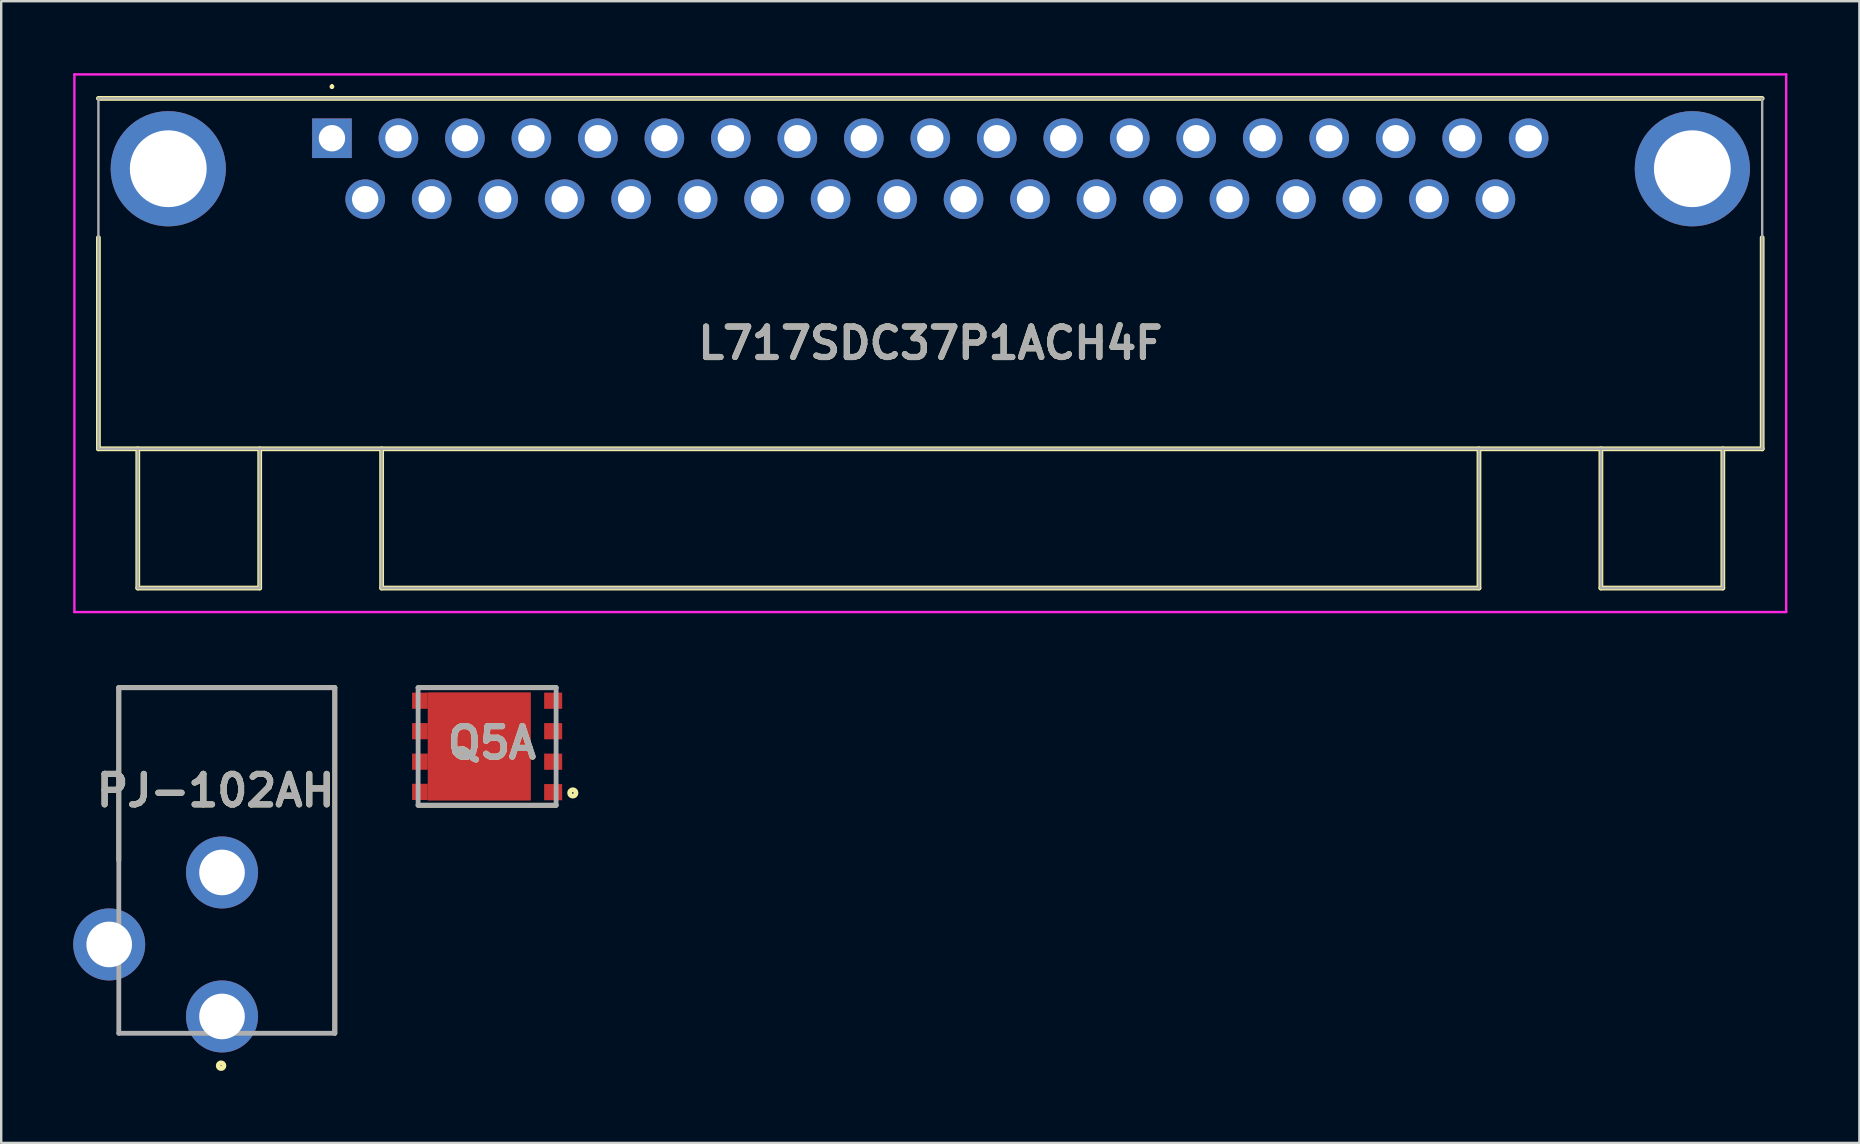
<source format=kicad_pcb>
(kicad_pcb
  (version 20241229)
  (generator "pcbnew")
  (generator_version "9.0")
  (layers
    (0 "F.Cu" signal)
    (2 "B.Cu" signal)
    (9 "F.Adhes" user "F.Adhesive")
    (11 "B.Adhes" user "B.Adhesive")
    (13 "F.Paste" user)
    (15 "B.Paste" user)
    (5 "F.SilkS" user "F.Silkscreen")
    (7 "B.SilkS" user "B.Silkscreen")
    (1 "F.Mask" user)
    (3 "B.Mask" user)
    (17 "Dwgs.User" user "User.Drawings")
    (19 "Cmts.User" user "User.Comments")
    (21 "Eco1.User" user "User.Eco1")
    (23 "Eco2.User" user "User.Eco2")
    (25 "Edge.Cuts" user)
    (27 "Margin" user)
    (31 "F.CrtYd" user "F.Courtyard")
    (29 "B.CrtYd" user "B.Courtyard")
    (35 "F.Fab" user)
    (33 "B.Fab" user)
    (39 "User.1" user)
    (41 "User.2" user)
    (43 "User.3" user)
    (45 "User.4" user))
  (footprint "Q5A"
    (layer "F.Cu")
    (at 17.245 28.05)
    (property "Reference" "Q5A" (at 0.201 -0.15 0) (layer "F.SilkS") (effects (font (size 1.27 1.27) (thickness 0.254))))
    (attr smd)
    (fp_line (start -2.875 -2.45) (end 2.875 -2.45) (stroke (width 0.2) (type solid)) (layer "F.SilkS"))
    (fp_line (start 2.875 2.45) (end -2.875 2.45) (stroke (width 0.2) (type solid)) (layer "F.SilkS"))
    (fp_circle (center 3.571 1.937) (end 3.571 1.97) (stroke (width 0.2) (type solid)) (fill no) (layer "F.SilkS"))
    (fp_line (start -2.875 -2.45) (end 2.875 -2.45) (stroke (width 0.2) (type solid)) (layer "F.Fab"))
    (fp_line (start -2.875 2.45) (end -2.875 -2.45) (stroke (width 0.2) (type solid)) (layer "F.Fab"))
    (fp_line (start 2.875 -2.45) (end 2.875 2.45) (stroke (width 0.2) (type solid)) (layer "F.Fab"))
    (fp_line (start 2.875 2.45) (end -2.875 2.45) (stroke (width 0.2) (type solid)) (layer "F.Fab"))
    (fp_text user "${REFERENCE}" (at 0.201 -0.15 0) (layer "F.Fab") (effects (font (size 1.27 1.27) (thickness 0.254))))
    (pad "1" smd rect (at 2.752 1.905 90) (size 0.675 0.75) (layers "F.Cu" "F.Mask" "F.Paste"))
    (pad "2" smd rect (at 2.752 0.635 90) (size 0.675 0.75) (layers "F.Cu" "F.Mask" "F.Paste"))
    (pad "3" smd rect (at 2.752 -0.635 90) (size 0.675 0.75) (layers "F.Cu" "F.Mask" "F.Paste"))
    (pad "4" smd rect (at 2.752 -1.905 90) (size 0.675 0.75) (layers "F.Cu" "F.Mask" "F.Paste"))
    (pad "5" smd rect (at -2.8 -1.905) (size 0.655 0.675) (layers "F.Cu" "F.Mask" "F.Paste"))
    (pad "6" smd rect (at -2.8 -0.635) (size 0.655 0.675) (layers "F.Cu" "F.Mask" "F.Paste"))
    (pad "7" smd rect (at -2.8 0.635) (size 0.655 0.675) (layers "F.Cu" "F.Mask" "F.Paste"))
    (pad "8" smd rect (at -2.8 1.893) (size 0.655 0.675) (layers "F.Cu" "F.Mask" "F.Paste"))
    (pad "9" smd rect (at -0.325 0) (size 4.295 4.51) (layers "F.Cu" "F.Mask" "F.Paste")))
  (footprint "L717SDC37P1ACH4F"
    (layer "F.Cu")
    (at 10.78 2.71)
    (property "Reference" "L717SDC37P1ACH4F" (at 24.93 8.54 0) (layer "F.SilkS") (effects (font (size 1.27 1.27) (thickness 0.254))))
    (attr through_hole)
    (fp_line (start -9.73 -1.66) (end 59.59 -1.66) (stroke (width 0.2) (type solid)) (layer "F.SilkS"))
    (fp_line (start -9.73 12.94) (end -9.73 4.14) (stroke (width 0.2) (type solid)) (layer "F.SilkS"))
    (fp_line (start -8.09 12.94) (end -8.09 18.74) (stroke (width 0.2) (type solid)) (layer "F.SilkS"))
    (fp_line (start -8.09 18.74) (end -3.01 18.74) (stroke (width 0.2) (type solid)) (layer "F.SilkS"))
    (fp_line (start -3.01 18.74) (end -3.01 12.94) (stroke (width 0.2) (type solid)) (layer "F.SilkS"))
    (fp_line (start 0 -2.2) (end 0 -2.2) (stroke (width 0.1) (type solid)) (layer "F.SilkS"))
    (fp_line (start 0 -2.1) (end 0 -2.1) (stroke (width 0.1) (type solid)) (layer "F.SilkS"))
    (fp_line (start 2.07 12.94) (end 2.07 18.74) (stroke (width 0.2) (type solid)) (layer "F.SilkS"))
    (fp_line (start 2.07 18.74) (end 47.79 18.74) (stroke (width 0.2) (type solid)) (layer "F.SilkS"))
    (fp_line (start 47.79 18.74) (end 47.79 12.94) (stroke (width 0.2) (type solid)) (layer "F.SilkS"))
    (fp_line (start 52.87 12.94) (end 52.87 18.74) (stroke (width 0.2) (type solid)) (layer "F.SilkS"))
    (fp_line (start 52.87 18.74) (end 57.95 18.74) (stroke (width 0.2) (type solid)) (layer "F.SilkS"))
    (fp_line (start 57.95 18.74) (end 57.95 12.94) (stroke (width 0.2) (type solid)) (layer "F.SilkS"))
    (fp_line (start 59.59 4.14) (end 59.59 12.94) (stroke (width 0.2) (type solid)) (layer "F.SilkS"))
    (fp_line (start 59.59 12.94) (end -9.73 12.94) (stroke (width 0.2) (type solid)) (layer "F.SilkS"))
    (fp_arc (start 0 -2.2) (mid 0.05 -2.15) (end 0 -2.1) (stroke (width 0.1) (type solid)) (layer "F.SilkS"))
    (fp_arc (start 0 -2.1) (mid -0.05 -2.15) (end 0 -2.2) (stroke (width 0.1) (type solid)) (layer "F.SilkS"))
    (fp_line (start -10.73 -2.66) (end 60.59 -2.66) (stroke (width 0.1) (type solid)) (layer "F.CrtYd"))
    (fp_line (start -10.73 19.74) (end -10.73 -2.66) (stroke (width 0.1) (type solid)) (layer "F.CrtYd"))
    (fp_line (start 60.59 -2.66) (end 60.59 19.74) (stroke (width 0.1) (type solid)) (layer "F.CrtYd"))
    (fp_line (start 60.59 19.74) (end -10.73 19.74) (stroke (width 0.1) (type solid)) (layer "F.CrtYd"))
    (fp_line (start -9.73 -1.66) (end 59.59 -1.66) (stroke (width 0.1) (type solid)) (layer "F.Fab"))
    (fp_line (start -9.73 12.94) (end -9.73 -1.66) (stroke (width 0.1) (type solid)) (layer "F.Fab"))
    (fp_line (start -8.09 12.94) (end -8.09 18.74) (stroke (width 0.1) (type solid)) (layer "F.Fab"))
    (fp_line (start -8.09 18.74) (end -3.01 18.74) (stroke (width 0.1) (type solid)) (layer "F.Fab"))
    (fp_line (start -3.01 18.74) (end -3.01 12.94) (stroke (width 0.1) (type solid)) (layer "F.Fab"))
    (fp_line (start 2.07 12.94) (end 2.07 18.74) (stroke (width 0.1) (type solid)) (layer "F.Fab"))
    (fp_line (start 2.07 18.74) (end 47.79 18.74) (stroke (width 0.1) (type solid)) (layer "F.Fab"))
    (fp_line (start 47.79 18.74) (end 47.79 12.94) (stroke (width 0.1) (type solid)) (layer "F.Fab"))
    (fp_line (start 52.87 18.74) (end 52.87 12.94) (stroke (width 0.1) (type solid)) (layer "F.Fab"))
    (fp_line (start 57.95 12.94) (end 57.95 18.74) (stroke (width 0.1) (type solid)) (layer "F.Fab"))
    (fp_line (start 57.95 18.74) (end 52.87 18.74) (stroke (width 0.1) (type solid)) (layer "F.Fab"))
    (fp_line (start 59.59 -1.66) (end 59.59 12.94) (stroke (width 0.1) (type solid)) (layer "F.Fab"))
    (fp_line (start 59.59 12.94) (end -9.73 12.94) (stroke (width 0.1) (type solid)) (layer "F.Fab"))
    (fp_text user "${REFERENCE}" (at 24.93 8.54 0) (layer "F.Fab") (effects (font (size 1.27 1.27) (thickness 0.254))))
    (pad "1" thru_hole rect (at 0 0) (size 1.65 1.65) (drill 1.1) (layers "*.Cu" "*.Mask"))
    (pad "2" thru_hole circle (at 2.77 0) (size 1.65 1.65) (drill 1.1) (layers "*.Cu" "*.Mask"))
    (pad "3" thru_hole circle (at 5.54 0) (size 1.65 1.65) (drill 1.1) (layers "*.Cu" "*.Mask"))
    (pad "4" thru_hole circle (at 8.31 0) (size 1.65 1.65) (drill 1.1) (layers "*.Cu" "*.Mask"))
    (pad "5" thru_hole circle (at 11.08 0) (size 1.65 1.65) (drill 1.1) (layers "*.Cu" "*.Mask"))
    (pad "6" thru_hole circle (at 13.85 0) (size 1.65 1.65) (drill 1.1) (layers "*.Cu" "*.Mask"))
    (pad "7" thru_hole circle (at 16.62 0) (size 1.65 1.65) (drill 1.1) (layers "*.Cu" "*.Mask"))
    (pad "8" thru_hole circle (at 19.39 0) (size 1.65 1.65) (drill 1.1) (layers "*.Cu" "*.Mask"))
    (pad "9" thru_hole circle (at 22.16 0) (size 1.65 1.65) (drill 1.1) (layers "*.Cu" "*.Mask"))
    (pad "10" thru_hole circle (at 24.93 0) (size 1.65 1.65) (drill 1.1) (layers "*.Cu" "*.Mask"))
    (pad "11" thru_hole circle (at 27.7 0) (size 1.65 1.65) (drill 1.1) (layers "*.Cu" "*.Mask"))
    (pad "12" thru_hole circle (at 30.47 0) (size 1.65 1.65) (drill 1.1) (layers "*.Cu" "*.Mask"))
    (pad "13" thru_hole circle (at 33.24 0) (size 1.65 1.65) (drill 1.1) (layers "*.Cu" "*.Mask"))
    (pad "14" thru_hole circle (at 36.01 0) (size 1.65 1.65) (drill 1.1) (layers "*.Cu" "*.Mask"))
    (pad "15" thru_hole circle (at 38.78 0) (size 1.65 1.65) (drill 1.1) (layers "*.Cu" "*.Mask"))
    (pad "16" thru_hole circle (at 41.55 0) (size 1.65 1.65) (drill 1.1) (layers "*.Cu" "*.Mask"))
    (pad "17" thru_hole circle (at 44.32 0) (size 1.65 1.65) (drill 1.1) (layers "*.Cu" "*.Mask"))
    (pad "18" thru_hole circle (at 47.09 0) (size 1.65 1.65) (drill 1.1) (layers "*.Cu" "*.Mask"))
    (pad "19" thru_hole circle (at 49.86 0) (size 1.65 1.65) (drill 1.1) (layers "*.Cu" "*.Mask"))
    (pad "20" thru_hole circle (at 1.385 2.54) (size 1.65 1.65) (drill 1.1) (layers "*.Cu" "*.Mask"))
    (pad "21" thru_hole circle (at 4.155 2.54) (size 1.65 1.65) (drill 1.1) (layers "*.Cu" "*.Mask"))
    (pad "22" thru_hole circle (at 6.925 2.54) (size 1.65 1.65) (drill 1.1) (layers "*.Cu" "*.Mask"))
    (pad "23" thru_hole circle (at 9.695 2.54) (size 1.65 1.65) (drill 1.1) (layers "*.Cu" "*.Mask"))
    (pad "24" thru_hole circle (at 12.465 2.54) (size 1.65 1.65) (drill 1.1) (layers "*.Cu" "*.Mask"))
    (pad "25" thru_hole circle (at 15.235 2.54) (size 1.65 1.65) (drill 1.1) (layers "*.Cu" "*.Mask"))
    (pad "26" thru_hole circle (at 18.005 2.54) (size 1.65 1.65) (drill 1.1) (layers "*.Cu" "*.Mask"))
    (pad "27" thru_hole circle (at 20.775 2.54) (size 1.65 1.65) (drill 1.1) (layers "*.Cu" "*.Mask"))
    (pad "28" thru_hole circle (at 23.545 2.54) (size 1.65 1.65) (drill 1.1) (layers "*.Cu" "*.Mask"))
    (pad "29" thru_hole circle (at 26.315 2.54) (size 1.65 1.65) (drill 1.1) (layers "*.Cu" "*.Mask"))
    (pad "30" thru_hole circle (at 29.085 2.54) (size 1.65 1.65) (drill 1.1) (layers "*.Cu" "*.Mask"))
    (pad "31" thru_hole circle (at 31.855 2.54) (size 1.65 1.65) (drill 1.1) (layers "*.Cu" "*.Mask"))
    (pad "32" thru_hole circle (at 34.625 2.54) (size 1.65 1.65) (drill 1.1) (layers "*.Cu" "*.Mask"))
    (pad "33" thru_hole circle (at 37.395 2.54) (size 1.65 1.65) (drill 1.1) (layers "*.Cu" "*.Mask"))
    (pad "34" thru_hole circle (at 40.165 2.54) (size 1.65 1.65) (drill 1.1) (layers "*.Cu" "*.Mask"))
    (pad "35" thru_hole circle (at 42.935 2.54) (size 1.65 1.65) (drill 1.1) (layers "*.Cu" "*.Mask"))
    (pad "36" thru_hole circle (at 45.705 2.54) (size 1.65 1.65) (drill 1.1) (layers "*.Cu" "*.Mask"))
    (pad "37" thru_hole circle (at 48.475 2.54) (size 1.65 1.65) (drill 1.1) (layers "*.Cu" "*.Mask"))
    (pad "MH1" thru_hole circle (at -6.82 1.27) (size 4.8 4.8) (drill 3.2) (layers "*.Cu" "*.Mask"))
    (pad "MH2" thru_hole circle (at 56.68 1.27) (size 4.8 4.8) (drill 3.2) (layers "*.Cu" "*.Mask")))
  (footprint "PJ-102AH"
    (layer "F.Cu")
    (at 1.9 36.3)
    (property "Reference" "PJ-102AH" (at 4.035 -6.411 0) (layer "F.SilkS") (effects (font (size 1.27 1.27) (thickness 0.254))))
    (attr through_hole)
    (fp_line (start 0 -10.7) (end 0 -3.5) (stroke (width 0.2) (type solid)) (layer "F.SilkS"))
    (fp_line (start 9 -10.7) (end 0 -10.7) (stroke (width 0.2) (type solid)) (layer "F.SilkS"))
    (fp_line (start 9 3.7) (end 9 -10.7) (stroke (width 0.2) (type solid)) (layer "F.SilkS"))
    (fp_circle (center 4.261 5.051) (end 4.261 5.17) (stroke (width 0.2) (type solid)) (fill no) (layer "F.SilkS"))
    (fp_line (start 0 -10.7) (end 0 3.7) (stroke (width 0.2) (type solid)) (layer "F.Fab"))
    (fp_line (start 0 3.7) (end 9 3.7) (stroke (width 0.2) (type solid)) (layer "F.Fab"))
    (fp_line (start 9 -10.7) (end 0 -10.7) (stroke (width 0.2) (type solid)) (layer "F.Fab"))
    (fp_line (start 9 3.7) (end 9 -10.7) (stroke (width 0.2) (type solid)) (layer "F.Fab"))
    (fp_text user "${REFERENCE}" (at 4.035 -6.411 0) (layer "F.Fab") (effects (font (size 1.27 1.27) (thickness 0.254))))
    (pad "1" thru_hole circle (at 4.3 3) (size 3 3) (drill 1.9) (layers "*.Cu" "*.Mask"))
    (pad "2" thru_hole circle (at 4.3 -3) (size 3 3) (drill 1.9) (layers "*.Cu" "*.Mask"))
    (pad "3" thru_hole circle (at -0.4 0) (size 3 3) (drill 1.9) (layers "*.Cu" "*.Mask")))
  (gr_rect
    (start -3 -3)
    (end 74.42 44.57)
    (stroke (width 0.1) (type default))
    (fill no)
    (layer "Edge.Cuts")))
</source>
